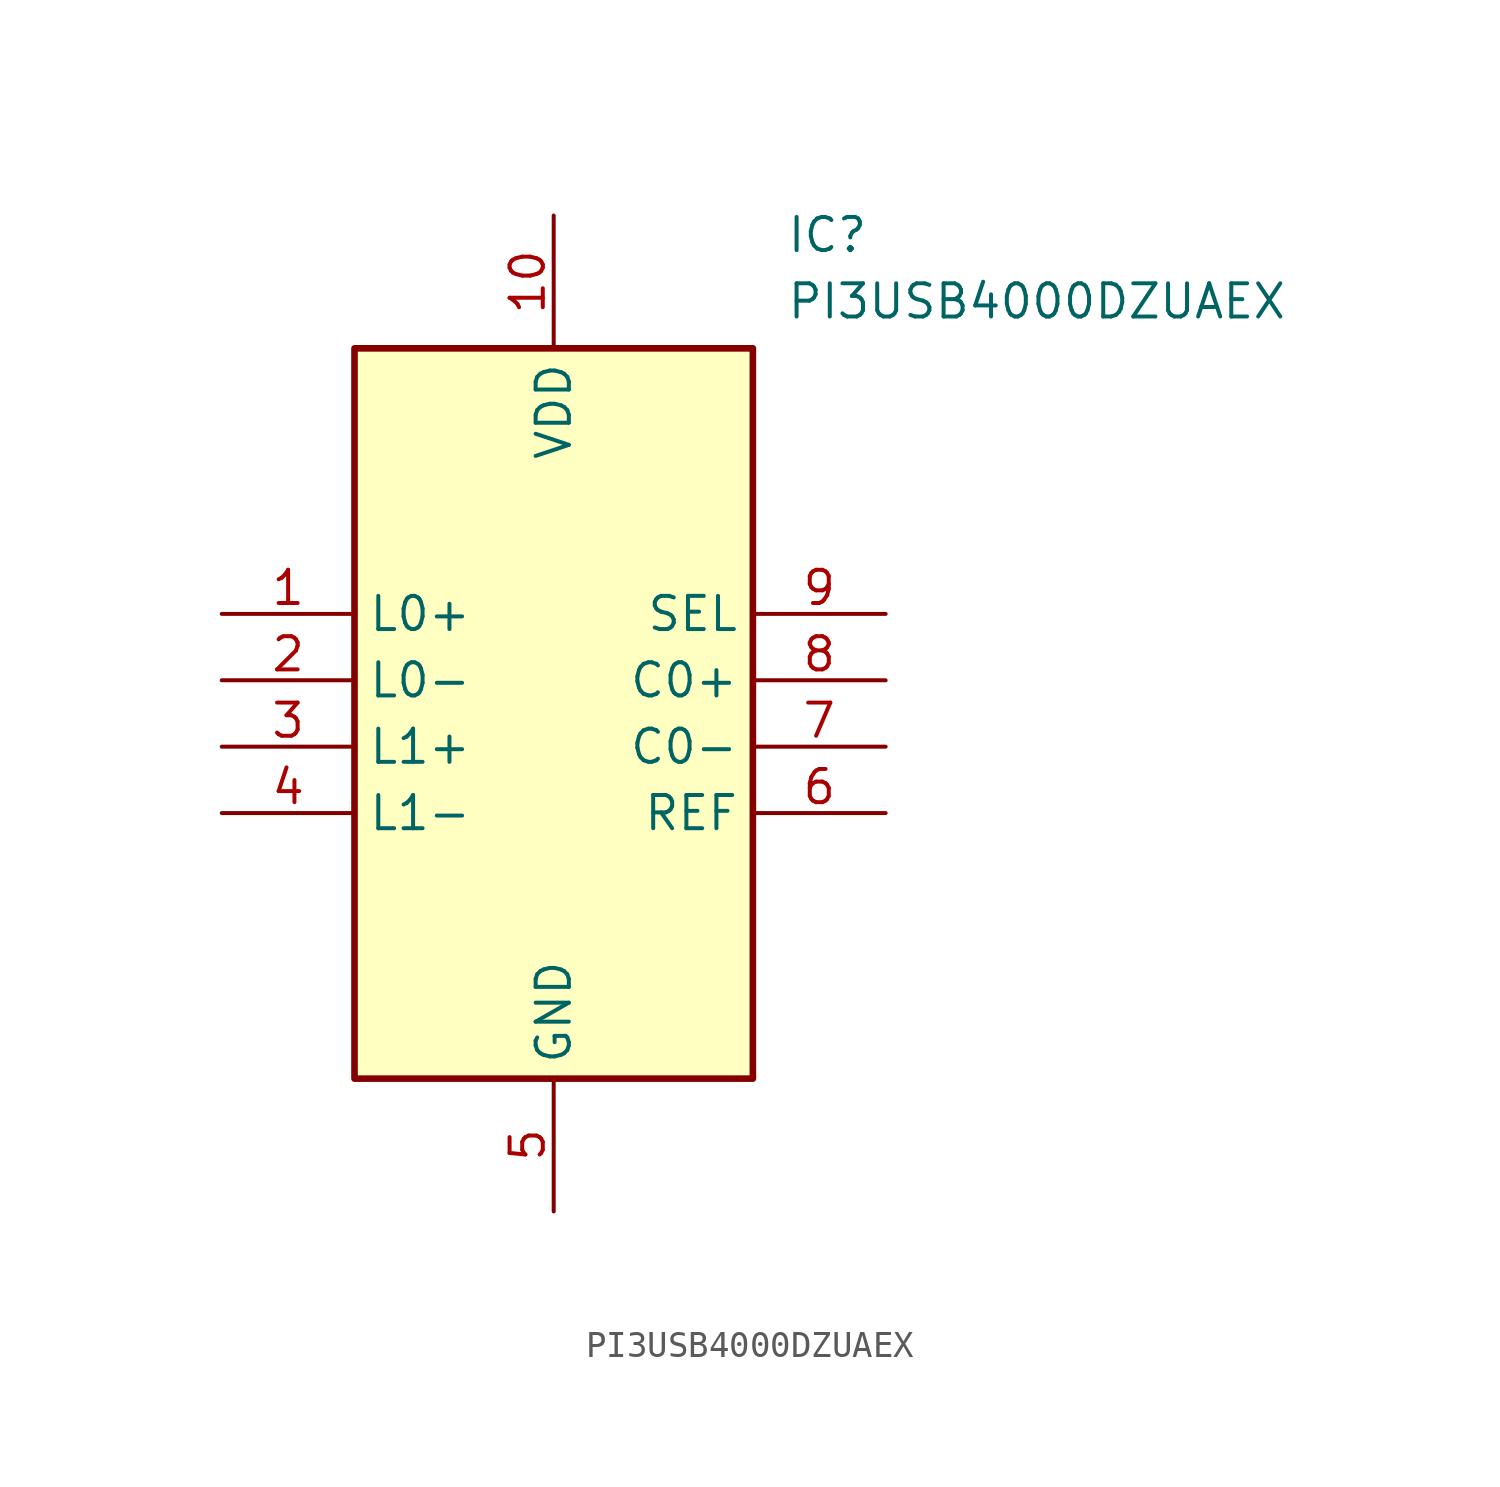
<source format=kicad_sym>
(kicad_symbol_lib
  (version 20211014)
  (generator SamacSys_ECAD_Model)
  (symbol "PI3USB4000DZUAEX"
    (property "Reference" "IC"
      (at 21.59 15.24 0)
      (effects (font (size 1.27 1.27)) (justify left top)))
    (property "Value" "PI3USB4000DZUAEX"
      (at 21.59 12.7 0)
      (effects (font (size 1.27 1.27)) (justify left top)))
    (rectangle
      (start 5.08 10.16)
      (end 20.32 -17.78)
      (stroke (width 0.254) (type default))
      (fill (type background)))
    (pin passive line
      (at 0 0 0)
      (length 5.08)
      (name "L0+" (effects (font (size 1.27 1.27))))
      (number "1" (effects (font (size 1.27 1.27)))))
    (pin passive line
      (at 0 -2.54 0)
      (length 5.08)
      (name "L0-" (effects (font (size 1.27 1.27))))
      (number "2" (effects (font (size 1.27 1.27)))))
    (pin passive line
      (at 0 -5.08 0)
      (length 5.08)
      (name "L1+" (effects (font (size 1.27 1.27))))
      (number "3" (effects (font (size 1.27 1.27)))))
    (pin passive line
      (at 0 -7.62 0)
      (length 5.08)
      (name "L1-" (effects (font (size 1.27 1.27))))
      (number "4" (effects (font (size 1.27 1.27)))))
    (pin passive line
      (at 12.7 -22.86 90)
      (length 5.08)
      (name "GND" (effects (font (size 1.27 1.27))))
      (number "5" (effects (font (size 1.27 1.27)))))
    (pin passive line
      (at 25.4 -7.62 180)
      (length 5.08)
      (name "REF" (effects (font (size 1.27 1.27))))
      (number "6" (effects (font (size 1.27 1.27)))))
    (pin passive line
      (at 25.4 -5.08 180)
      (length 5.08)
      (name "C0-" (effects (font (size 1.27 1.27))))
      (number "7" (effects (font (size 1.27 1.27)))))
    (pin passive line
      (at 25.4 -2.54 180)
      (length 5.08)
      (name "C0+" (effects (font (size 1.27 1.27))))
      (number "8" (effects (font (size 1.27 1.27)))))
    (pin passive line
      (at 25.4 0 180)
      (length 5.08)
      (name "SEL" (effects (font (size 1.27 1.27))))
      (number "9" (effects (font (size 1.27 1.27)))))
    (pin passive line
      (at 12.7 15.24 270)
      (length 5.08)
      (name "VDD" (effects (font (size 1.27 1.27))))
      (number "10" (effects (font (size 1.27 1.27)))))))
</source>
